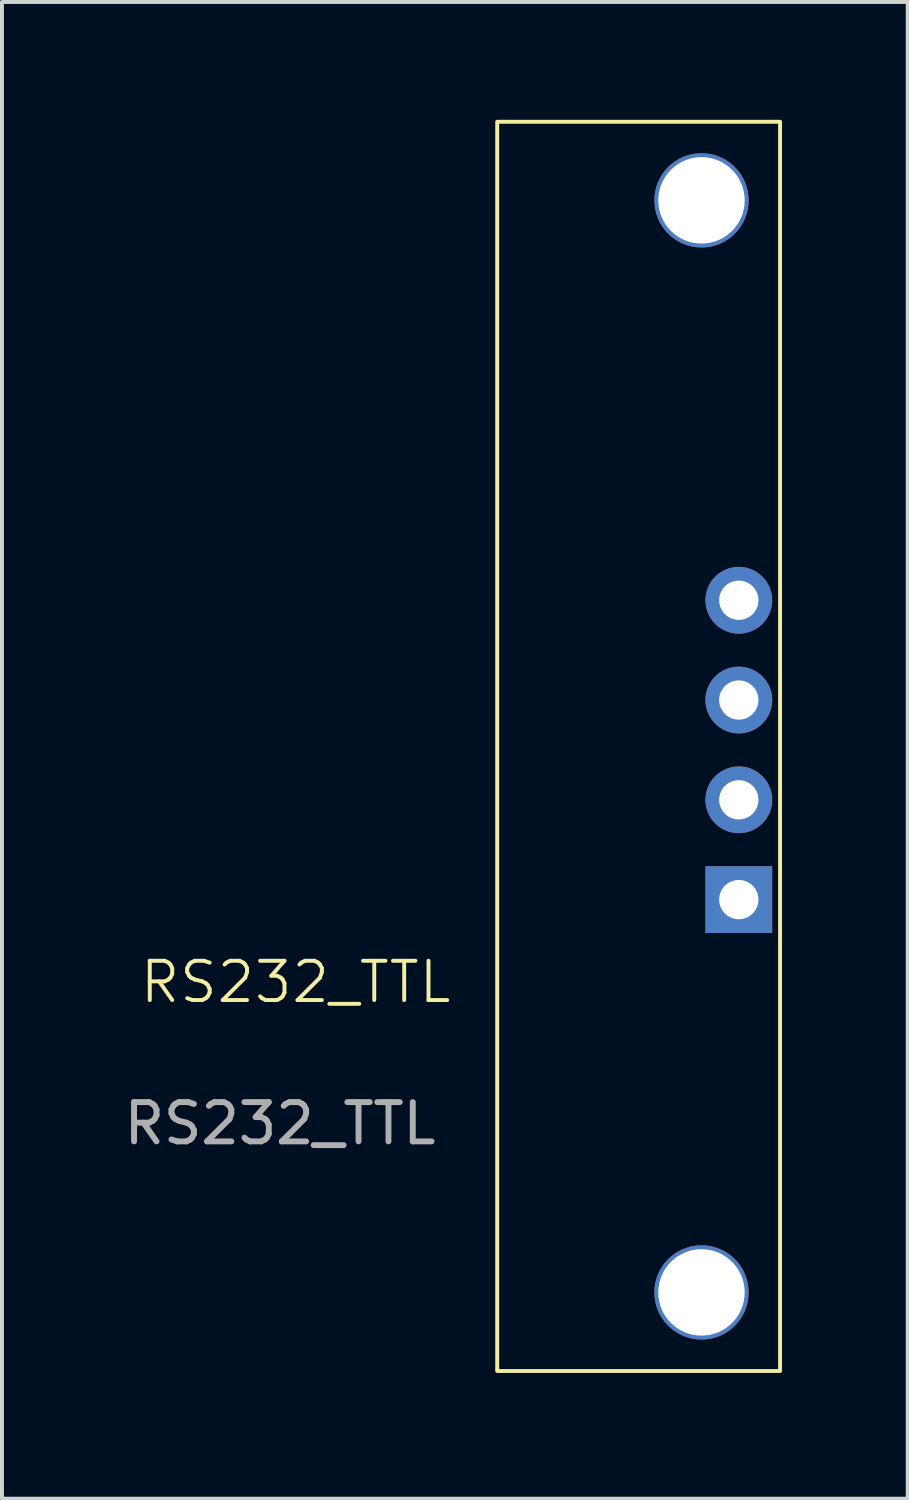
<source format=kicad_pcb>
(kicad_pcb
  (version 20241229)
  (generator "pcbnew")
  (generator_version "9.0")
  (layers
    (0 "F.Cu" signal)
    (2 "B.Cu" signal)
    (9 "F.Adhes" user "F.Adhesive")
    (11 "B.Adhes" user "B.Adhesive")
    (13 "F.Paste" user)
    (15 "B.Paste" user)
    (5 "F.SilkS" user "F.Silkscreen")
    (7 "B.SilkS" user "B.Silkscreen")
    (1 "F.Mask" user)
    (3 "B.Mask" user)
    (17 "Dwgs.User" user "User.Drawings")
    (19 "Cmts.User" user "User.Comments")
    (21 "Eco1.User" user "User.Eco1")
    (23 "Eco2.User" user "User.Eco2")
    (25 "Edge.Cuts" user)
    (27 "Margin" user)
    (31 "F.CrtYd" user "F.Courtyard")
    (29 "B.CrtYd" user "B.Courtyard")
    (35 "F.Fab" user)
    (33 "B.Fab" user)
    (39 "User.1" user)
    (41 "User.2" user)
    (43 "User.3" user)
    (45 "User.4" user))
  (footprint "RS232_TTL"
    (layer "F.Cu")
    (at 16.807 31.85)
    (property "Reference" "RS232_TTL" (at -12.33 -9.9 0) (unlocked yes) (layer "F.SilkS") (effects (font (size 1 1) (thickness 0.1))))
    (attr through_hole)
    (fp_rect (start -7.2 -31.8) (end 0 0) (stroke (width 0.1) (type default)) (fill no) (layer "F.SilkS"))
    (fp_text user "${REFERENCE}" (at -12.73 -6.3 0) (unlocked yes) (layer "F.Fab") (effects (font (size 1 1) (thickness 0.15))))
    (pad "" thru_hole circle (at -2 -29.8) (size 2.4 2.4) (drill 2.2) (layers "*.Cu" "*.Mask"))
    (pad "" thru_hole circle (at -2 -2) (size 2.4 2.4) (drill 2.2) (layers "*.Cu" "*.Mask"))
    (pad "1" thru_hole rect (at -1.05 -12) (size 1.7 1.7) (drill 1) (layers "*.Cu" "*.Mask"))
    (pad "2" thru_hole circle (at -1.05 -14.54) (size 1.7 1.7) (drill 1) (layers "*.Cu" "*.Mask"))
    (pad "3" thru_hole circle (at -1.05 -17.08) (size 1.7 1.7) (drill 1) (layers "*.Cu" "*.Mask"))
    (pad "4" thru_hole circle (at -1.05 -19.62) (size 1.7 1.7) (drill 1) (layers "*.Cu" "*.Mask")))
  (gr_rect
    (start -3 -3)
    (end 20.057 35.1)
    (stroke (width 0.1) (type default))
    (fill no)
    (layer "Edge.Cuts")))
</source>
